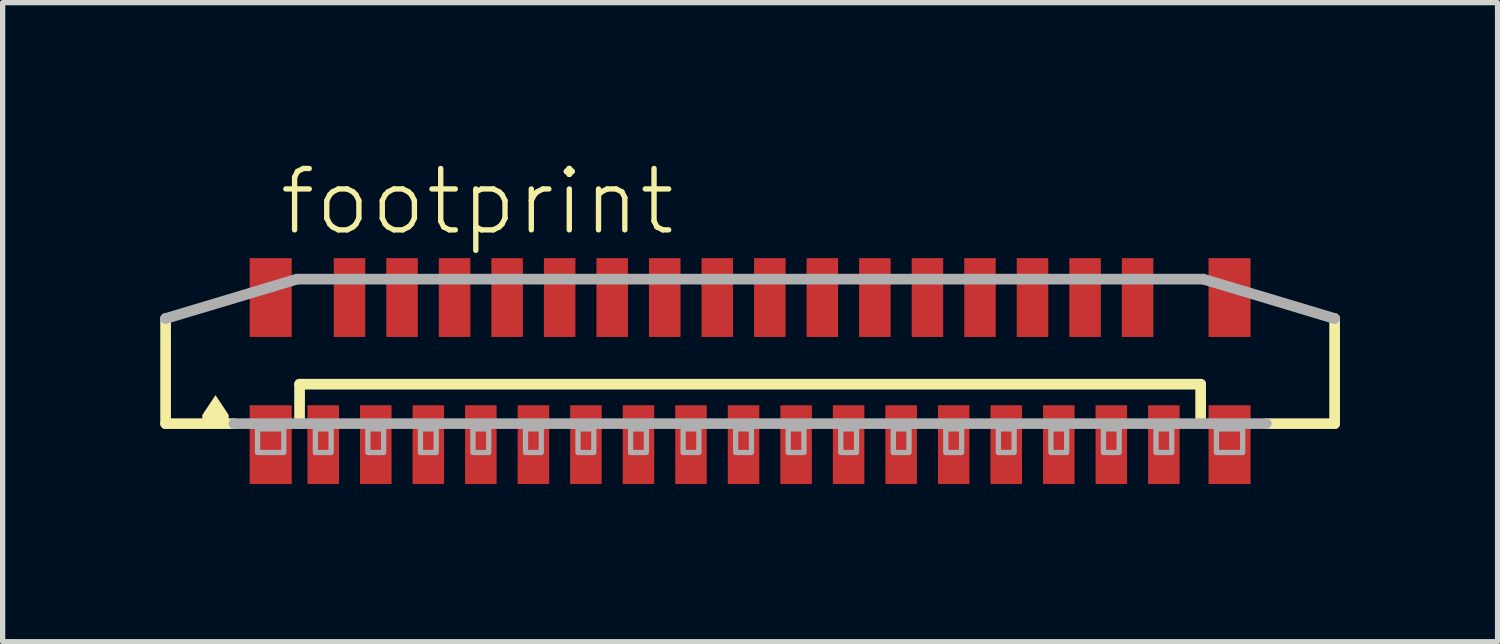
<source format=kicad_pcb>
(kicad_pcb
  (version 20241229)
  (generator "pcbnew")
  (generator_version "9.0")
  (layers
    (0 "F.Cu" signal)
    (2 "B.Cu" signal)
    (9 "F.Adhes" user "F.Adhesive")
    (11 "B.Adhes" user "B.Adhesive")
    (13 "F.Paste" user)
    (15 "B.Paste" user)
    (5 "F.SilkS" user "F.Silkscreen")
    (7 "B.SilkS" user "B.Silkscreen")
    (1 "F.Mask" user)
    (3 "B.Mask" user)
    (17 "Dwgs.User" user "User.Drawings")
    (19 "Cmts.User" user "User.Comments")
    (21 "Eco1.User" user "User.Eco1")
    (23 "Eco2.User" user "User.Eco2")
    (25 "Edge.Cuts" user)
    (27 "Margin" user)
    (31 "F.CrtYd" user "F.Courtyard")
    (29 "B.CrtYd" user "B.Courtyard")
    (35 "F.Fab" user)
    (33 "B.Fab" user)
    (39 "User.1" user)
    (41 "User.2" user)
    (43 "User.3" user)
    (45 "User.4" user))
  (footprint "footprint"
    (layer "F.Cu")
    (at 11.102 4.013)
    (property "Reference" "footprint" (at -8.89 -2.54 0) (layer "F.SilkS") (effects (font (size 1.168 1.168) (thickness 0.102)) (justify left bottom)))
    (fp_line (start -11 1) (end -11 -1) (stroke (width 0.203) (type solid)) (layer "F.SilkS"))
    (fp_line (start -9.7 1) (end -11 1) (stroke (width 0.203) (type solid)) (layer "F.SilkS"))
    (fp_line (start -8.45 0.25) (end 8.7 0.25) (stroke (width 0.203) (type solid)) (layer "F.SilkS"))
    (fp_line (start -8.45 1) (end -8.45 0.25) (stroke (width 0.203) (type solid)) (layer "F.SilkS"))
    (fp_line (start 8.7 0.25) (end 8.7 1) (stroke (width 0.203) (type solid)) (layer "F.SilkS"))
    (fp_line (start 11.25 -1) (end 11.25 1) (stroke (width 0.203) (type solid)) (layer "F.SilkS"))
    (fp_line (start 11.25 1) (end 9.95 1) (stroke (width 0.203) (type solid)) (layer "F.SilkS"))
    (fp_poly (pts (xy -9.799 0.835) (xy -9.799 1.001) (xy -10.301 1.001) (xy -10.301 0.835) (xy -10.05 0.458)) (stroke (width 0) (type solid)) (fill yes) (layer "F.SilkS"))
    (fp_line (start -11 -1) (end -8.5 -1.75) (stroke (width 0.203) (type solid)) (layer "F.Fab"))
    (fp_line (start -8.5 -1.75) (end 8.75 -1.75) (stroke (width 0.203) (type solid)) (layer "F.Fab"))
    (fp_line (start 8.75 -1.75) (end 11.25 -1) (stroke (width 0.203) (type solid)) (layer "F.Fab"))
    (fp_line (start 9.95 1) (end -9.7 1) (stroke (width 0.203) (type solid)) (layer "F.Fab"))
    (fp_poly (pts (xy -9.25 1.55) (xy -8.75 1.55) (xy -8.75 1.1) (xy -9.25 1.1)) (stroke (width 0.1) (type solid)) (fill no) (layer "F.Fab"))
    (fp_poly (pts (xy -8.15 1.55) (xy -7.85 1.55) (xy -7.85 1.1) (xy -8.15 1.1)) (stroke (width 0.1) (type solid)) (fill no) (layer "F.Fab"))
    (fp_poly (pts (xy -7.15 1.55) (xy -6.85 1.55) (xy -6.85 1.1) (xy -7.15 1.1)) (stroke (width 0.1) (type solid)) (fill no) (layer "F.Fab"))
    (fp_poly (pts (xy -6.15 1.55) (xy -5.85 1.55) (xy -5.85 1.1) (xy -6.15 1.1)) (stroke (width 0.1) (type solid)) (fill no) (layer "F.Fab"))
    (fp_poly (pts (xy -5.15 1.55) (xy -4.85 1.55) (xy -4.85 1.1) (xy -5.15 1.1)) (stroke (width 0.1) (type solid)) (fill no) (layer "F.Fab"))
    (fp_poly (pts (xy -4.15 1.55) (xy -3.85 1.55) (xy -3.85 1.1) (xy -4.15 1.1)) (stroke (width 0.1) (type solid)) (fill no) (layer "F.Fab"))
    (fp_poly (pts (xy -3.15 1.55) (xy -2.85 1.55) (xy -2.85 1.1) (xy -3.15 1.1)) (stroke (width 0.1) (type solid)) (fill no) (layer "F.Fab"))
    (fp_poly (pts (xy -2.15 1.55) (xy -1.85 1.55) (xy -1.85 1.1) (xy -2.15 1.1)) (stroke (width 0.1) (type solid)) (fill no) (layer "F.Fab"))
    (fp_poly (pts (xy -1.15 1.55) (xy -0.85 1.55) (xy -0.85 1.1) (xy -1.15 1.1)) (stroke (width 0.1) (type solid)) (fill no) (layer "F.Fab"))
    (fp_poly (pts (xy -0.15 1.55) (xy 0.15 1.55) (xy 0.15 1.1) (xy -0.15 1.1)) (stroke (width 0.1) (type solid)) (fill no) (layer "F.Fab"))
    (fp_poly (pts (xy 0.85 1.55) (xy 1.15 1.55) (xy 1.15 1.1) (xy 0.85 1.1)) (stroke (width 0.1) (type solid)) (fill no) (layer "F.Fab"))
    (fp_poly (pts (xy 1.85 1.55) (xy 2.15 1.55) (xy 2.15 1.1) (xy 1.85 1.1)) (stroke (width 0.1) (type solid)) (fill no) (layer "F.Fab"))
    (fp_poly (pts (xy 2.85 1.55) (xy 3.15 1.55) (xy 3.15 1.1) (xy 2.85 1.1)) (stroke (width 0.1) (type solid)) (fill no) (layer "F.Fab"))
    (fp_poly (pts (xy 3.85 1.55) (xy 4.15 1.55) (xy 4.15 1.1) (xy 3.85 1.1)) (stroke (width 0.1) (type solid)) (fill no) (layer "F.Fab"))
    (fp_poly (pts (xy 4.85 1.55) (xy 5.15 1.55) (xy 5.15 1.1) (xy 4.85 1.1)) (stroke (width 0.1) (type solid)) (fill no) (layer "F.Fab"))
    (fp_poly (pts (xy 5.85 1.55) (xy 6.15 1.55) (xy 6.15 1.1) (xy 5.85 1.1)) (stroke (width 0.1) (type solid)) (fill no) (layer "F.Fab"))
    (fp_poly (pts (xy 6.85 1.55) (xy 7.15 1.55) (xy 7.15 1.1) (xy 6.85 1.1)) (stroke (width 0.1) (type solid)) (fill no) (layer "F.Fab"))
    (fp_poly (pts (xy 7.85 1.55) (xy 8.15 1.55) (xy 8.15 1.1) (xy 7.85 1.1)) (stroke (width 0.1) (type solid)) (fill no) (layer "F.Fab"))
    (fp_poly (pts (xy 9 1.55) (xy 9.5 1.55) (xy 9.5 1.1) (xy 9 1.1)) (stroke (width 0.1) (type solid)) (fill no) (layer "F.Fab"))
    (pad "1" smd rect (at -8 1.4) (size 0.6 1.5) (layers "F.Cu" "F.Mask" "F.Paste"))
    (pad "2" smd rect (at -7.5 -1.4 180) (size 0.6 1.5) (layers "F.Cu" "F.Mask" "F.Paste"))
    (pad "3" smd rect (at -7 1.4) (size 0.6 1.5) (layers "F.Cu" "F.Mask" "F.Paste"))
    (pad "4" smd rect (at -6.5 -1.4 180) (size 0.6 1.5) (layers "F.Cu" "F.Mask" "F.Paste"))
    (pad "5" smd rect (at -6 1.4) (size 0.6 1.5) (layers "F.Cu" "F.Mask" "F.Paste"))
    (pad "6" smd rect (at -5.5 -1.4 180) (size 0.6 1.5) (layers "F.Cu" "F.Mask" "F.Paste"))
    (pad "7" smd rect (at -5 1.4) (size 0.6 1.5) (layers "F.Cu" "F.Mask" "F.Paste"))
    (pad "8" smd rect (at -4.5 -1.4 180) (size 0.6 1.5) (layers "F.Cu" "F.Mask" "F.Paste"))
    (pad "9" smd rect (at -4 1.4) (size 0.6 1.5) (layers "F.Cu" "F.Mask" "F.Paste"))
    (pad "10" smd rect (at -3.5 -1.4 180) (size 0.6 1.5) (layers "F.Cu" "F.Mask" "F.Paste"))
    (pad "11" smd rect (at -3 1.4) (size 0.6 1.5) (layers "F.Cu" "F.Mask" "F.Paste"))
    (pad "12" smd rect (at -2.5 -1.4 180) (size 0.6 1.5) (layers "F.Cu" "F.Mask" "F.Paste"))
    (pad "13" smd rect (at -2 1.4) (size 0.6 1.5) (layers "F.Cu" "F.Mask" "F.Paste"))
    (pad "14" smd rect (at -1.5 -1.4 180) (size 0.6 1.5) (layers "F.Cu" "F.Mask" "F.Paste"))
    (pad "15" smd rect (at -1 1.4) (size 0.6 1.5) (layers "F.Cu" "F.Mask" "F.Paste"))
    (pad "16" smd rect (at -0.5 -1.4 180) (size 0.6 1.5) (layers "F.Cu" "F.Mask" "F.Paste"))
    (pad "17" smd rect (at 0 1.4) (size 0.6 1.5) (layers "F.Cu" "F.Mask" "F.Paste"))
    (pad "18" smd rect (at 0.5 -1.4 180) (size 0.6 1.5) (layers "F.Cu" "F.Mask" "F.Paste"))
    (pad "19" smd rect (at 1 1.4) (size 0.6 1.5) (layers "F.Cu" "F.Mask" "F.Paste"))
    (pad "20" smd rect (at 1.5 -1.4 180) (size 0.6 1.5) (layers "F.Cu" "F.Mask" "F.Paste"))
    (pad "21" smd rect (at 2 1.4) (size 0.6 1.5) (layers "F.Cu" "F.Mask" "F.Paste"))
    (pad "22" smd rect (at 2.5 -1.4 180) (size 0.6 1.5) (layers "F.Cu" "F.Mask" "F.Paste"))
    (pad "23" smd rect (at 3 1.4) (size 0.6 1.5) (layers "F.Cu" "F.Mask" "F.Paste"))
    (pad "24" smd rect (at 3.5 -1.4 180) (size 0.6 1.5) (layers "F.Cu" "F.Mask" "F.Paste"))
    (pad "25" smd rect (at 4 1.4) (size 0.6 1.5) (layers "F.Cu" "F.Mask" "F.Paste"))
    (pad "26" smd rect (at 4.5 -1.4 180) (size 0.6 1.5) (layers "F.Cu" "F.Mask" "F.Paste"))
    (pad "27" smd rect (at 5 1.4) (size 0.6 1.5) (layers "F.Cu" "F.Mask" "F.Paste"))
    (pad "28" smd rect (at 5.5 -1.4 180) (size 0.6 1.5) (layers "F.Cu" "F.Mask" "F.Paste"))
    (pad "29" smd rect (at 6 1.4) (size 0.6 1.5) (layers "F.Cu" "F.Mask" "F.Paste"))
    (pad "30" smd rect (at 6.5 -1.4 180) (size 0.6 1.5) (layers "F.Cu" "F.Mask" "F.Paste"))
    (pad "31" smd rect (at 7 1.4) (size 0.6 1.5) (layers "F.Cu" "F.Mask" "F.Paste"))
    (pad "32" smd rect (at 7.5 -1.4 180) (size 0.6 1.5) (layers "F.Cu" "F.Mask" "F.Paste"))
    (pad "33" smd rect (at 8 1.4) (size 0.6 1.5) (layers "F.Cu" "F.Mask" "F.Paste"))
    (pad "M1" smd rect (at -9 1.4) (size 0.8 1.5) (layers "F.Cu" "F.Mask" "F.Paste"))
    (pad "M2" smd rect (at 9.25 1.4) (size 0.8 1.5) (layers "F.Cu" "F.Mask" "F.Paste"))
    (pad "M3" smd rect (at 9.25 -1.4 180) (size 0.8 1.5) (layers "F.Cu" "F.Mask" "F.Paste"))
    (pad "M4" smd rect (at -9 -1.4 180) (size 0.8 1.5) (layers "F.Cu" "F.Mask" "F.Paste")))
  (gr_rect
    (start -3 -3)
    (end 25.453 9.163)
    (stroke (width 0.1) (type default))
    (fill no)
    (layer "Edge.Cuts")))
</source>
